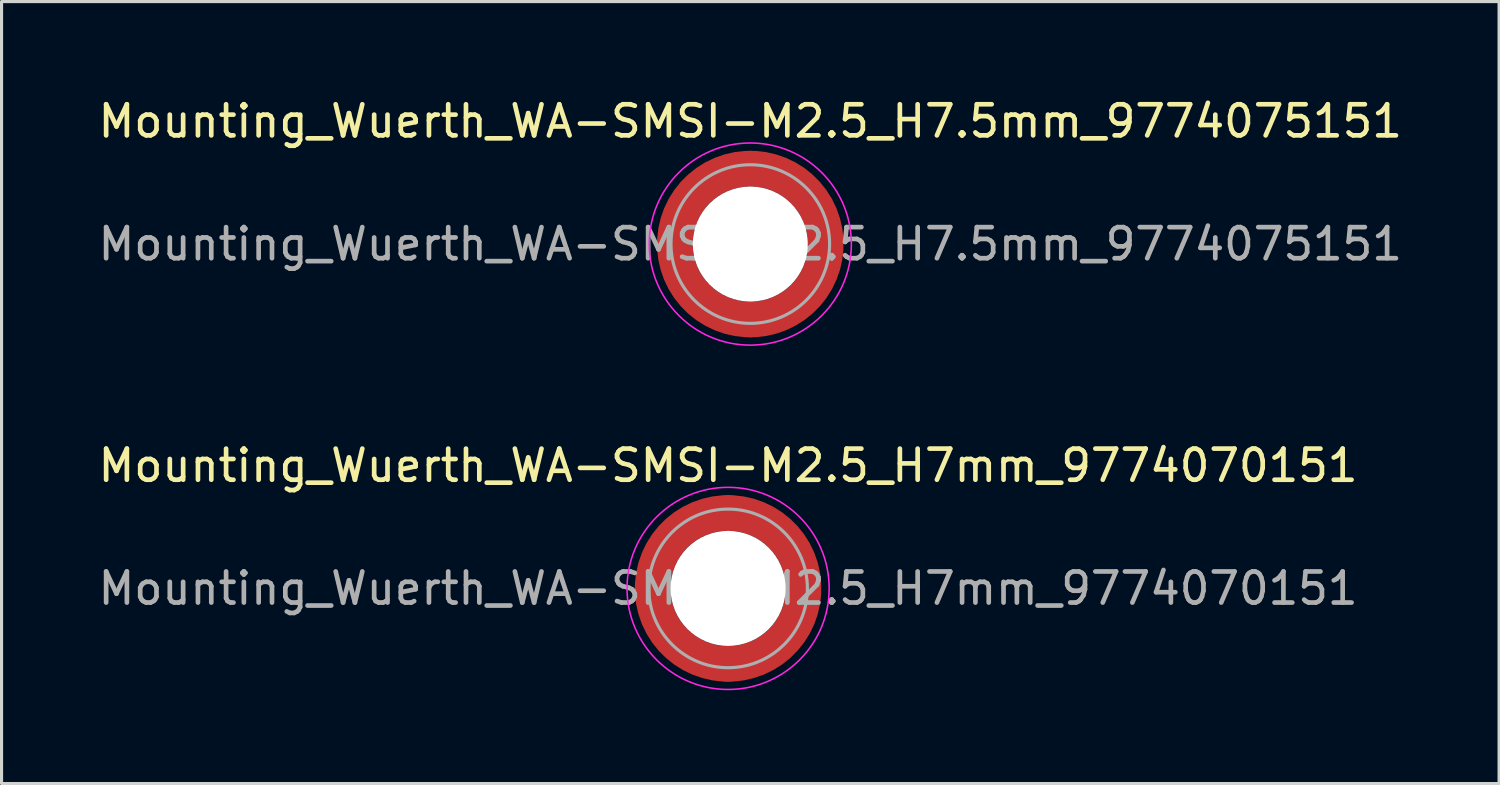
<source format=kicad_pcb>
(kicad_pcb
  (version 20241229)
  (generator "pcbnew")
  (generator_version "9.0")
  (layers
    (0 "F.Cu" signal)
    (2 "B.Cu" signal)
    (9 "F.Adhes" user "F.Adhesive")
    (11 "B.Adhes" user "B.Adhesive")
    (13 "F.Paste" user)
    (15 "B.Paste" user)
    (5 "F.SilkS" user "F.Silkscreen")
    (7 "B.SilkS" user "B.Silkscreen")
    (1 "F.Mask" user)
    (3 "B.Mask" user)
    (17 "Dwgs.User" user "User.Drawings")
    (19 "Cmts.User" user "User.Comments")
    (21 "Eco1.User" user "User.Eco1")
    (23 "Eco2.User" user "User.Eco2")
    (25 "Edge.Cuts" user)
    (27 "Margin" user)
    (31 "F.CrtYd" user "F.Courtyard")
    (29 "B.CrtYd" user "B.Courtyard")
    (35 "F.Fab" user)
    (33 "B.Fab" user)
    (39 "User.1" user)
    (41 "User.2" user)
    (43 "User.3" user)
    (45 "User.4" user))
  (footprint "Mounting_Wuerth_WA-SMSI-M2.5_H7.5mm_9774075151"
    (layer "F.Cu")
    (at 21.077 4.798)
    (property "Reference" "Mounting_Wuerth_WA-SMSI-M2.5_H7.5mm_9774075151" (at 0 -3.95 0) (layer "F.SilkS") (effects (font (size 1 1) (thickness 0.15))))
    (attr smd)
    (fp_circle (center 0 0) (end 3.25 0) (stroke (width 0.05) (type solid)) (fill no) (layer "F.CrtYd"))
    (fp_circle (center 0 0) (end 2.55 0) (stroke (width 0.1) (type solid)) (fill no) (layer "F.Fab"))
    (fp_text user "${REFERENCE}" (at 0 0 0) (layer "F.Fab") (effects (font (size 1 1) (thickness 0.15))))
    (pad "" smd custom (at -1.704 -1.704) (size 0.51 0.51) (layers "F.Paste") (options (anchor circle)) (primitives (gr_arc (start -0.250195 1.279127) (mid 0.289914 0.289914) (end 1.279127 -0.250195) (width 0.2)) (gr_arc (start -0.34334 1.279127) (mid 0.225488 0.225488) (end 1.279127 -0.34334) (width 0.2)) (gr_arc (start -0.436309 1.279127) (mid 0.161063 0.161063) (end 1.279127 -0.436309) (width 0.2)) (gr_arc (start -0.529126 1.279127) (mid 0.096638 0.096638) (end 1.279127 -0.529126) (width 0.2)) (gr_arc (start -0.621807 1.279127) (mid 0.032213 0.032213) (end 1.279127 -0.621807) (width 0.2)) (gr_arc (start -0.71437 1.279127) (mid -0.032213 -0.032213) (end 1.279127 -0.71437) (width 0.2)) (gr_arc (start -0.806826 1.279127) (mid -0.096638 -0.096638) (end 1.279127 -0.806826) (width 0.2)) (gr_arc (start -0.899187 1.279127) (mid -0.161063 -0.161063) (end 1.279127 -0.899187) (width 0.2)) (gr_arc (start -0.991463 1.279127) (mid -0.225488 -0.225488) (end 1.279127 -0.991463) (width 0.2)) (gr_arc (start -1.083663 1.279127) (mid -0.289914 -0.289914) (end 1.279127 -1.083663) (width 0.2)) (gr_line (start 1.279 -0.25) (end 1.279 -1.084) (width 0.2)) (gr_line (start -0.25 1.279) (end -1.084 1.279) (width 0.2))))
    (pad "" smd custom (at -1.704 1.704) (size 0.51 0.51) (layers "F.Paste") (options (anchor circle)) (primitives (gr_arc (start 1.279127 0.250195) (mid 0.289914 -0.289914) (end -0.250195 -1.279127) (width 0.2)) (gr_arc (start 1.279127 0.34334) (mid 0.225488 -0.225488) (end -0.34334 -1.279127) (width 0.2)) (gr_arc (start 1.279127 0.436309) (mid 0.161063 -0.161063) (end -0.436309 -1.279127) (width 0.2)) (gr_arc (start 1.279127 0.529126) (mid 0.096638 -0.096638) (end -0.529126 -1.279127) (width 0.2)) (gr_arc (start 1.279127 0.621807) (mid 0.032213 -0.032213) (end -0.621807 -1.279127) (width 0.2)) (gr_arc (start 1.279127 0.71437) (mid -0.032213 0.032213) (end -0.71437 -1.279127) (width 0.2)) (gr_arc (start 1.279127 0.806826) (mid -0.096638 0.096638) (end -0.806826 -1.279127) (width 0.2)) (gr_arc (start 1.279127 0.899187) (mid -0.161063 0.161063) (end -0.899187 -1.279127) (width 0.2)) (gr_arc (start 1.279127 0.991463) (mid -0.225488 0.225488) (end -0.991463 -1.279127) (width 0.2)) (gr_arc (start 1.279127 1.083663) (mid -0.289914 0.289914) (end -1.083663 -1.279127) (width 0.2)) (gr_line (start -0.25 -1.279) (end -1.084 -1.279) (width 0.2)) (gr_line (start 1.279 0.25) (end 1.279 1.084) (width 0.2))))
    (pad "" np_thru_hole circle (at 0 0) (size 3.7 3.7) (drill 3.7) (layers "*.Cu" "*.Mask"))
    (pad "" smd custom (at 1.704 -1.704) (size 0.51 0.51) (layers "F.Paste") (options (anchor circle)) (primitives (gr_arc (start -1.279127 -0.250195) (mid -0.289914 0.289914) (end 0.250195 1.279127) (width 0.2)) (gr_arc (start -1.279127 -0.34334) (mid -0.225488 0.225488) (end 0.34334 1.279127) (width 0.2)) (gr_arc (start -1.279127 -0.436309) (mid -0.161063 0.161063) (end 0.436309 1.279127) (width 0.2)) (gr_arc (start -1.279127 -0.529126) (mid -0.096638 0.096638) (end 0.529126 1.279127) (width 0.2)) (gr_arc (start -1.279127 -0.621807) (mid -0.032213 0.032213) (end 0.621807 1.279127) (width 0.2)) (gr_arc (start -1.279127 -0.71437) (mid 0.032213 -0.032213) (end 0.71437 1.279127) (width 0.2)) (gr_arc (start -1.279127 -0.806826) (mid 0.096638 -0.096638) (end 0.806826 1.279127) (width 0.2)) (gr_arc (start -1.279127 -0.899187) (mid 0.161063 -0.161063) (end 0.899187 1.279127) (width 0.2)) (gr_arc (start -1.279127 -0.991463) (mid 0.225488 -0.225488) (end 0.991463 1.279127) (width 0.2)) (gr_arc (start -1.279127 -1.083663) (mid 0.289914 -0.289914) (end 1.083663 1.279127) (width 0.2)) (gr_line (start 0.25 1.279) (end 1.084 1.279) (width 0.2)) (gr_line (start -1.279 -0.25) (end -1.279 -1.084) (width 0.2))))
    (pad "" smd custom (at 1.704 1.704) (size 0.51 0.51) (layers "F.Paste") (options (anchor circle)) (primitives (gr_arc (start 0.250195 -1.279127) (mid -0.289914 -0.289914) (end -1.279127 0.250195) (width 0.2)) (gr_arc (start 0.34334 -1.279127) (mid -0.225488 -0.225488) (end -1.279127 0.34334) (width 0.2)) (gr_arc (start 0.436309 -1.279127) (mid -0.161063 -0.161063) (end -1.279127 0.436309) (width 0.2)) (gr_arc (start 0.529126 -1.279127) (mid -0.096638 -0.096638) (end -1.279127 0.529126) (width 0.2)) (gr_arc (start 0.621807 -1.279127) (mid -0.032213 -0.032213) (end -1.279127 0.621807) (width 0.2)) (gr_arc (start 0.71437 -1.279127) (mid 0.032213 0.032213) (end -1.279127 0.71437) (width 0.2)) (gr_arc (start 0.806826 -1.279127) (mid 0.096638 0.096638) (end -1.279127 0.806826) (width 0.2)) (gr_arc (start 0.899187 -1.279127) (mid 0.161063 0.161063) (end -1.279127 0.899187) (width 0.2)) (gr_arc (start 0.991463 -1.279127) (mid 0.225488 0.225488) (end -1.279127 0.991463) (width 0.2)) (gr_arc (start 1.083663 -1.279127) (mid 0.289914 0.289914) (end -1.279127 1.083663) (width 0.2)) (gr_line (start -1.279 0.25) (end -1.279 1.084) (width 0.2)) (gr_line (start 0.25 -1.279) (end 1.084 -1.279) (width 0.2))))
    (pad "1" smd circle (at -2.425 0) (size 1.15 1.15) (layers "F.Cu"))
    (pad "1" smd circle (at 0 -2.425) (size 1.15 1.15) (layers "F.Cu"))
    (pad "1" smd circle (at 0 2.425) (size 1.15 1.15) (layers "F.Cu"))
    (pad "1" smd custom (at 2.425 0) (size 1.15 1.15) (layers "F.Cu" "F.Mask") (options (anchor circle)) (primitives (gr_circle (center -2.425 0) (end 0 0) (width 1.15) (fill no)))))
  (footprint "Mounting_Wuerth_WA-SMSI-M2.5_H7mm_9774070151"
    (layer "F.Cu")
    (at 20.363 15.871)
    (property "Reference" "Mounting_Wuerth_WA-SMSI-M2.5_H7mm_9774070151" (at 0 -3.95 0) (layer "F.SilkS") (effects (font (size 1 1) (thickness 0.15))))
    (attr smd)
    (fp_circle (center 0 0) (end 3.25 0) (stroke (width 0.05) (type solid)) (fill no) (layer "F.CrtYd"))
    (fp_circle (center 0 0) (end 2.55 0) (stroke (width 0.1) (type solid)) (fill no) (layer "F.Fab"))
    (fp_text user "${REFERENCE}" (at 0 0 0) (layer "F.Fab") (effects (font (size 1 1) (thickness 0.15))))
    (pad "" smd custom (at -1.704 -1.704) (size 0.51 0.51) (layers "F.Paste") (options (anchor circle)) (primitives (gr_arc (start -0.250195 1.279127) (mid 0.289914 0.289914) (end 1.279127 -0.250195) (width 0.2)) (gr_arc (start -0.34334 1.279127) (mid 0.225488 0.225488) (end 1.279127 -0.34334) (width 0.2)) (gr_arc (start -0.436309 1.279127) (mid 0.161063 0.161063) (end 1.279127 -0.436309) (width 0.2)) (gr_arc (start -0.529126 1.279127) (mid 0.096638 0.096638) (end 1.279127 -0.529126) (width 0.2)) (gr_arc (start -0.621807 1.279127) (mid 0.032213 0.032213) (end 1.279127 -0.621807) (width 0.2)) (gr_arc (start -0.71437 1.279127) (mid -0.032213 -0.032213) (end 1.279127 -0.71437) (width 0.2)) (gr_arc (start -0.806826 1.279127) (mid -0.096638 -0.096638) (end 1.279127 -0.806826) (width 0.2)) (gr_arc (start -0.899187 1.279127) (mid -0.161063 -0.161063) (end 1.279127 -0.899187) (width 0.2)) (gr_arc (start -0.991463 1.279127) (mid -0.225488 -0.225488) (end 1.279127 -0.991463) (width 0.2)) (gr_arc (start -1.083663 1.279127) (mid -0.289914 -0.289914) (end 1.279127 -1.083663) (width 0.2)) (gr_line (start 1.279 -0.25) (end 1.279 -1.084) (width 0.2)) (gr_line (start -0.25 1.279) (end -1.084 1.279) (width 0.2))))
    (pad "" smd custom (at -1.704 1.704) (size 0.51 0.51) (layers "F.Paste") (options (anchor circle)) (primitives (gr_arc (start 1.279127 0.250195) (mid 0.289914 -0.289914) (end -0.250195 -1.279127) (width 0.2)) (gr_arc (start 1.279127 0.34334) (mid 0.225488 -0.225488) (end -0.34334 -1.279127) (width 0.2)) (gr_arc (start 1.279127 0.436309) (mid 0.161063 -0.161063) (end -0.436309 -1.279127) (width 0.2)) (gr_arc (start 1.279127 0.529126) (mid 0.096638 -0.096638) (end -0.529126 -1.279127) (width 0.2)) (gr_arc (start 1.279127 0.621807) (mid 0.032213 -0.032213) (end -0.621807 -1.279127) (width 0.2)) (gr_arc (start 1.279127 0.71437) (mid -0.032213 0.032213) (end -0.71437 -1.279127) (width 0.2)) (gr_arc (start 1.279127 0.806826) (mid -0.096638 0.096638) (end -0.806826 -1.279127) (width 0.2)) (gr_arc (start 1.279127 0.899187) (mid -0.161063 0.161063) (end -0.899187 -1.279127) (width 0.2)) (gr_arc (start 1.279127 0.991463) (mid -0.225488 0.225488) (end -0.991463 -1.279127) (width 0.2)) (gr_arc (start 1.279127 1.083663) (mid -0.289914 0.289914) (end -1.083663 -1.279127) (width 0.2)) (gr_line (start -0.25 -1.279) (end -1.084 -1.279) (width 0.2)) (gr_line (start 1.279 0.25) (end 1.279 1.084) (width 0.2))))
    (pad "" np_thru_hole circle (at 0 0) (size 3.7 3.7) (drill 3.7) (layers "*.Cu" "*.Mask"))
    (pad "" smd custom (at 1.704 -1.704) (size 0.51 0.51) (layers "F.Paste") (options (anchor circle)) (primitives (gr_arc (start -1.279127 -0.250195) (mid -0.289914 0.289914) (end 0.250195 1.279127) (width 0.2)) (gr_arc (start -1.279127 -0.34334) (mid -0.225488 0.225488) (end 0.34334 1.279127) (width 0.2)) (gr_arc (start -1.279127 -0.436309) (mid -0.161063 0.161063) (end 0.436309 1.279127) (width 0.2)) (gr_arc (start -1.279127 -0.529126) (mid -0.096638 0.096638) (end 0.529126 1.279127) (width 0.2)) (gr_arc (start -1.279127 -0.621807) (mid -0.032213 0.032213) (end 0.621807 1.279127) (width 0.2)) (gr_arc (start -1.279127 -0.71437) (mid 0.032213 -0.032213) (end 0.71437 1.279127) (width 0.2)) (gr_arc (start -1.279127 -0.806826) (mid 0.096638 -0.096638) (end 0.806826 1.279127) (width 0.2)) (gr_arc (start -1.279127 -0.899187) (mid 0.161063 -0.161063) (end 0.899187 1.279127) (width 0.2)) (gr_arc (start -1.279127 -0.991463) (mid 0.225488 -0.225488) (end 0.991463 1.279127) (width 0.2)) (gr_arc (start -1.279127 -1.083663) (mid 0.289914 -0.289914) (end 1.083663 1.279127) (width 0.2)) (gr_line (start 0.25 1.279) (end 1.084 1.279) (width 0.2)) (gr_line (start -1.279 -0.25) (end -1.279 -1.084) (width 0.2))))
    (pad "" smd custom (at 1.704 1.704) (size 0.51 0.51) (layers "F.Paste") (options (anchor circle)) (primitives (gr_arc (start 0.250195 -1.279127) (mid -0.289914 -0.289914) (end -1.279127 0.250195) (width 0.2)) (gr_arc (start 0.34334 -1.279127) (mid -0.225488 -0.225488) (end -1.279127 0.34334) (width 0.2)) (gr_arc (start 0.436309 -1.279127) (mid -0.161063 -0.161063) (end -1.279127 0.436309) (width 0.2)) (gr_arc (start 0.529126 -1.279127) (mid -0.096638 -0.096638) (end -1.279127 0.529126) (width 0.2)) (gr_arc (start 0.621807 -1.279127) (mid -0.032213 -0.032213) (end -1.279127 0.621807) (width 0.2)) (gr_arc (start 0.71437 -1.279127) (mid 0.032213 0.032213) (end -1.279127 0.71437) (width 0.2)) (gr_arc (start 0.806826 -1.279127) (mid 0.096638 0.096638) (end -1.279127 0.806826) (width 0.2)) (gr_arc (start 0.899187 -1.279127) (mid 0.161063 0.161063) (end -1.279127 0.899187) (width 0.2)) (gr_arc (start 0.991463 -1.279127) (mid 0.225488 0.225488) (end -1.279127 0.991463) (width 0.2)) (gr_arc (start 1.083663 -1.279127) (mid 0.289914 0.289914) (end -1.279127 1.083663) (width 0.2)) (gr_line (start -1.279 0.25) (end -1.279 1.084) (width 0.2)) (gr_line (start 0.25 -1.279) (end 1.084 -1.279) (width 0.2))))
    (pad "1" smd circle (at -2.425 0) (size 1.15 1.15) (layers "F.Cu"))
    (pad "1" smd circle (at 0 -2.425) (size 1.15 1.15) (layers "F.Cu"))
    (pad "1" smd circle (at 0 2.425) (size 1.15 1.15) (layers "F.Cu"))
    (pad "1" smd custom (at 2.425 0) (size 1.15 1.15) (layers "F.Cu" "F.Mask") (options (anchor circle)) (primitives (gr_circle (center -2.425 0) (end 0 0) (width 1.15) (fill no)))))
  (gr_rect
    (start -3 -3)
    (end 45.155 22.146)
    (stroke (width 0.1) (type default))
    (fill no)
    (layer "Edge.Cuts")))
</source>
